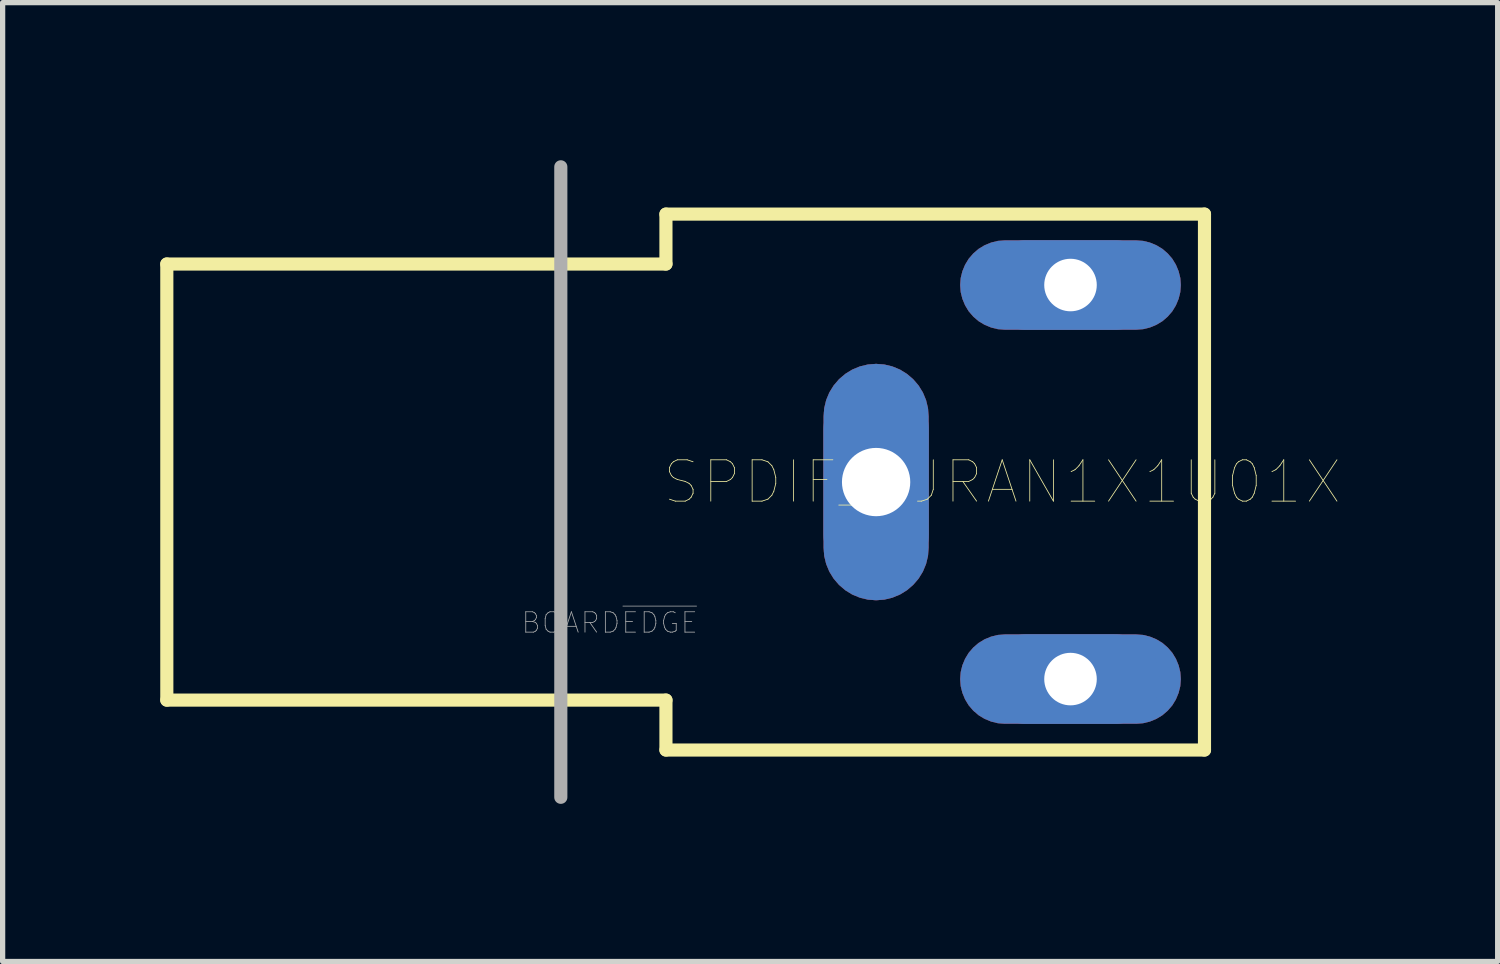
<source format=kicad_pcb>
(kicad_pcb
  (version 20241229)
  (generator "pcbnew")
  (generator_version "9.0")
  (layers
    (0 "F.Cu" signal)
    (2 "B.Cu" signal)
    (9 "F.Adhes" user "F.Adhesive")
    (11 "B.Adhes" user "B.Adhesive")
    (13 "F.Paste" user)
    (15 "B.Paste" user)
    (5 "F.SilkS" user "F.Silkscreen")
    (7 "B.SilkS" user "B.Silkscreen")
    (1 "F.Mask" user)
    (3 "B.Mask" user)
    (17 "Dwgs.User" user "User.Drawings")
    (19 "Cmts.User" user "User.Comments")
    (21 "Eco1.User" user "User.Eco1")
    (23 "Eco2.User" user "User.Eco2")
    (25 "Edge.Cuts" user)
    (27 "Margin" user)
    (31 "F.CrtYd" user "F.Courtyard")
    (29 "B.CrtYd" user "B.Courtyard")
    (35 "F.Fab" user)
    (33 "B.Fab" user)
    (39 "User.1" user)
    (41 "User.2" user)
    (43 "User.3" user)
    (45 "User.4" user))
  (footprint "SPDIF_PJRAN1X1U01X"
    (layer "F.Cu")
    (at 16.025 6.125)
    (property "Reference" "SPDIF_PJRAN1X1U01X" (at 0 0 0) (layer "F.SilkS") (effects (font (size 0.787 0.787) (thickness 0.015))))
    (attr through_hole)
    (fp_poly (pts (xy -1.401 -1.25) (xy -1.413 -1.406) (xy -1.45 -1.559) (xy -1.51 -1.704) (xy -1.592 -1.837) (xy -1.694 -1.956) (xy -1.813 -2.058) (xy -1.946 -2.14) (xy -2.091 -2.2) (xy -2.244 -2.237) (xy -2.4 -2.249) (xy -2.556 -2.237) (xy -2.709 -2.2) (xy -2.854 -2.14) (xy -2.987 -2.058) (xy -3.106 -1.956) (xy -3.208 -1.837) (xy -3.29 -1.704) (xy -3.35 -1.559) (xy -3.387 -1.406) (xy -3.399 -1.25) (xy -3.399 1.25) (xy -3.387 1.406) (xy -3.35 1.559) (xy -3.29 1.704) (xy -3.208 1.837) (xy -3.106 1.956) (xy -2.987 2.058) (xy -2.854 2.14) (xy -2.709 2.2) (xy -2.556 2.237) (xy -2.4 2.249) (xy -2.244 2.237) (xy -2.091 2.2) (xy -1.946 2.14) (xy -1.813 2.058) (xy -1.694 1.956) (xy -1.592 1.837) (xy -1.51 1.704) (xy -1.45 1.559) (xy -1.413 1.406) (xy -1.401 1.25)) (stroke (width 0.002) (type solid)) (fill yes) (layer "F.Cu"))
    (fp_poly (pts (xy 0.05 -4.599) (xy -0.083 -4.589) (xy -0.212 -4.557) (xy -0.335 -4.506) (xy -0.449 -4.437) (xy -0.55 -4.35) (xy -0.637 -4.249) (xy -0.706 -4.135) (xy -0.757 -4.012) (xy -0.789 -3.883) (xy -0.799 -3.75) (xy -0.789 -3.617) (xy -0.757 -3.488) (xy -0.706 -3.365) (xy -0.637 -3.251) (xy -0.55 -3.15) (xy -0.449 -3.063) (xy -0.335 -2.994) (xy -0.212 -2.943) (xy -0.083 -2.911) (xy 0.05 -2.901) (xy 2.55 -2.901) (xy 2.683 -2.911) (xy 2.812 -2.943) (xy 2.935 -2.994) (xy 3.049 -3.063) (xy 3.15 -3.15) (xy 3.237 -3.251) (xy 3.306 -3.365) (xy 3.357 -3.488) (xy 3.389 -3.617) (xy 3.399 -3.75) (xy 3.389 -3.883) (xy 3.357 -4.012) (xy 3.306 -4.135) (xy 3.237 -4.249) (xy 3.15 -4.35) (xy 3.049 -4.437) (xy 2.935 -4.506) (xy 2.812 -4.557) (xy 2.683 -4.589) (xy 2.55 -4.599)) (stroke (width 0.002) (type solid)) (fill yes) (layer "F.Cu"))
    (fp_poly (pts (xy 0.05 2.901) (xy -0.083 2.911) (xy -0.212 2.943) (xy -0.335 2.994) (xy -0.449 3.063) (xy -0.55 3.15) (xy -0.637 3.251) (xy -0.706 3.365) (xy -0.757 3.488) (xy -0.789 3.617) (xy -0.799 3.75) (xy -0.789 3.883) (xy -0.757 4.012) (xy -0.706 4.135) (xy -0.637 4.249) (xy -0.55 4.35) (xy -0.449 4.437) (xy -0.335 4.506) (xy -0.212 4.557) (xy -0.083 4.589) (xy 0.05 4.599) (xy 2.55 4.599) (xy 2.683 4.589) (xy 2.812 4.557) (xy 2.935 4.506) (xy 3.049 4.437) (xy 3.15 4.35) (xy 3.237 4.249) (xy 3.306 4.135) (xy 3.357 4.012) (xy 3.389 3.883) (xy 3.399 3.75) (xy 3.389 3.617) (xy 3.357 3.488) (xy 3.306 3.365) (xy 3.237 3.251) (xy 3.15 3.15) (xy 3.049 3.063) (xy 2.935 2.994) (xy 2.812 2.943) (xy 2.683 2.911) (xy 2.55 2.901)) (stroke (width 0.002) (type solid)) (fill yes) (layer "F.Cu"))
    (fp_poly (pts (xy -3.502 1.25) (xy -3.488 1.422) (xy -3.448 1.59) (xy -3.382 1.75) (xy -3.291 1.898) (xy -3.179 2.029) (xy -3.048 2.141) (xy -2.9 2.232) (xy -2.74 2.298) (xy -2.572 2.338) (xy -2.4 2.352) (xy -2.228 2.338) (xy -2.06 2.298) (xy -1.9 2.232) (xy -1.752 2.141) (xy -1.621 2.029) (xy -1.509 1.898) (xy -1.418 1.75) (xy -1.352 1.59) (xy -1.312 1.422) (xy -1.298 1.25) (xy -1.298 -1.25) (xy -1.312 -1.422) (xy -1.352 -1.59) (xy -1.418 -1.75) (xy -1.509 -1.898) (xy -1.621 -2.029) (xy -1.752 -2.141) (xy -1.9 -2.232) (xy -2.06 -2.298) (xy -2.228 -2.338) (xy -2.4 -2.352) (xy -2.572 -2.338) (xy -2.74 -2.298) (xy -2.9 -2.232) (xy -3.048 -2.141) (xy -3.179 -2.029) (xy -3.291 -1.898) (xy -3.382 -1.75) (xy -3.448 -1.59) (xy -3.488 -1.422) (xy -3.502 -1.25)) (stroke (width 0.002) (type solid)) (fill yes) (layer "F.Mask"))
    (fp_poly (pts (xy 0.05 -4.702) (xy -0.099 -4.69) (xy -0.244 -4.655) (xy -0.382 -4.598) (xy -0.509 -4.52) (xy -0.623 -4.423) (xy -0.72 -4.309) (xy -0.798 -4.182) (xy -0.855 -4.044) (xy -0.89 -3.899) (xy -0.902 -3.75) (xy -0.89 -3.601) (xy -0.855 -3.456) (xy -0.798 -3.318) (xy -0.72 -3.191) (xy -0.623 -3.077) (xy -0.509 -2.98) (xy -0.382 -2.902) (xy -0.244 -2.845) (xy -0.099 -2.81) (xy 0.05 -2.798) (xy 2.55 -2.798) (xy 2.699 -2.81) (xy 2.844 -2.845) (xy 2.982 -2.902) (xy 3.109 -2.98) (xy 3.223 -3.077) (xy 3.32 -3.191) (xy 3.398 -3.318) (xy 3.455 -3.456) (xy 3.49 -3.601) (xy 3.502 -3.75) (xy 3.49 -3.899) (xy 3.455 -4.044) (xy 3.398 -4.182) (xy 3.32 -4.309) (xy 3.223 -4.423) (xy 3.109 -4.52) (xy 2.982 -4.598) (xy 2.844 -4.655) (xy 2.699 -4.69) (xy 2.55 -4.702)) (stroke (width 0.002) (type solid)) (fill yes) (layer "F.Mask"))
    (fp_poly (pts (xy 0.05 2.798) (xy -0.099 2.81) (xy -0.244 2.845) (xy -0.382 2.902) (xy -0.509 2.98) (xy -0.623 3.077) (xy -0.72 3.191) (xy -0.798 3.318) (xy -0.855 3.456) (xy -0.89 3.601) (xy -0.902 3.75) (xy -0.89 3.899) (xy -0.855 4.044) (xy -0.798 4.182) (xy -0.72 4.309) (xy -0.623 4.423) (xy -0.509 4.52) (xy -0.382 4.598) (xy -0.244 4.655) (xy -0.099 4.69) (xy 0.05 4.702) (xy 2.55 4.702) (xy 2.699 4.69) (xy 2.844 4.655) (xy 2.982 4.598) (xy 3.109 4.52) (xy 3.223 4.423) (xy 3.32 4.309) (xy 3.398 4.182) (xy 3.455 4.044) (xy 3.49 3.899) (xy 3.502 3.75) (xy 3.49 3.601) (xy 3.455 3.456) (xy 3.398 3.318) (xy 3.32 3.191) (xy 3.223 3.077) (xy 3.109 2.98) (xy 2.982 2.902) (xy 2.844 2.845) (xy 2.699 2.81) (xy 2.55 2.798)) (stroke (width 0.002) (type solid)) (fill yes) (layer "F.Mask"))
    (fp_poly (pts (xy -1.401 -1.25) (xy -1.413 -1.406) (xy -1.45 -1.559) (xy -1.51 -1.704) (xy -1.592 -1.837) (xy -1.694 -1.956) (xy -1.813 -2.058) (xy -1.946 -2.14) (xy -2.091 -2.2) (xy -2.244 -2.237) (xy -2.4 -2.249) (xy -2.556 -2.237) (xy -2.709 -2.2) (xy -2.854 -2.14) (xy -2.987 -2.058) (xy -3.106 -1.956) (xy -3.208 -1.837) (xy -3.29 -1.704) (xy -3.35 -1.559) (xy -3.387 -1.406) (xy -3.399 -1.25) (xy -3.399 1.25) (xy -3.387 1.406) (xy -3.35 1.559) (xy -3.29 1.704) (xy -3.208 1.837) (xy -3.106 1.956) (xy -2.987 2.058) (xy -2.854 2.14) (xy -2.709 2.2) (xy -2.556 2.237) (xy -2.4 2.249) (xy -2.244 2.237) (xy -2.091 2.2) (xy -1.946 2.14) (xy -1.813 2.058) (xy -1.694 1.956) (xy -1.592 1.837) (xy -1.51 1.704) (xy -1.45 1.559) (xy -1.413 1.406) (xy -1.401 1.25)) (stroke (width 0.002) (type solid)) (fill yes) (layer "B.Cu"))
    (fp_poly (pts (xy 0.05 -4.599) (xy -0.083 -4.589) (xy -0.212 -4.557) (xy -0.335 -4.506) (xy -0.449 -4.437) (xy -0.55 -4.35) (xy -0.637 -4.249) (xy -0.706 -4.135) (xy -0.757 -4.012) (xy -0.789 -3.883) (xy -0.799 -3.75) (xy -0.789 -3.617) (xy -0.757 -3.488) (xy -0.706 -3.365) (xy -0.637 -3.251) (xy -0.55 -3.15) (xy -0.449 -3.063) (xy -0.335 -2.994) (xy -0.212 -2.943) (xy -0.083 -2.911) (xy 0.05 -2.901) (xy 2.55 -2.901) (xy 2.683 -2.911) (xy 2.812 -2.943) (xy 2.935 -2.994) (xy 3.049 -3.063) (xy 3.15 -3.15) (xy 3.237 -3.251) (xy 3.306 -3.365) (xy 3.357 -3.488) (xy 3.389 -3.617) (xy 3.399 -3.75) (xy 3.389 -3.883) (xy 3.357 -4.012) (xy 3.306 -4.135) (xy 3.237 -4.249) (xy 3.15 -4.35) (xy 3.049 -4.437) (xy 2.935 -4.506) (xy 2.812 -4.557) (xy 2.683 -4.589) (xy 2.55 -4.599)) (stroke (width 0.002) (type solid)) (fill yes) (layer "B.Cu"))
    (fp_poly (pts (xy 0.05 2.901) (xy -0.083 2.911) (xy -0.212 2.943) (xy -0.335 2.994) (xy -0.449 3.063) (xy -0.55 3.15) (xy -0.637 3.251) (xy -0.706 3.365) (xy -0.757 3.488) (xy -0.789 3.617) (xy -0.799 3.75) (xy -0.789 3.883) (xy -0.757 4.012) (xy -0.706 4.135) (xy -0.637 4.249) (xy -0.55 4.35) (xy -0.449 4.437) (xy -0.335 4.506) (xy -0.212 4.557) (xy -0.083 4.589) (xy 0.05 4.599) (xy 2.55 4.599) (xy 2.683 4.589) (xy 2.812 4.557) (xy 2.935 4.506) (xy 3.049 4.437) (xy 3.15 4.35) (xy 3.237 4.249) (xy 3.306 4.135) (xy 3.357 4.012) (xy 3.389 3.883) (xy 3.399 3.75) (xy 3.389 3.617) (xy 3.357 3.488) (xy 3.306 3.365) (xy 3.237 3.251) (xy 3.15 3.15) (xy 3.049 3.063) (xy 2.935 2.994) (xy 2.812 2.943) (xy 2.683 2.911) (xy 2.55 2.901)) (stroke (width 0.002) (type solid)) (fill yes) (layer "B.Cu"))
    (fp_poly (pts (xy -3.502 1.25) (xy -3.488 1.422) (xy -3.448 1.59) (xy -3.382 1.75) (xy -3.291 1.898) (xy -3.179 2.029) (xy -3.048 2.141) (xy -2.9 2.232) (xy -2.74 2.298) (xy -2.572 2.338) (xy -2.4 2.352) (xy -2.228 2.338) (xy -2.06 2.298) (xy -1.9 2.232) (xy -1.752 2.141) (xy -1.621 2.029) (xy -1.509 1.898) (xy -1.418 1.75) (xy -1.352 1.59) (xy -1.312 1.422) (xy -1.298 1.25) (xy -1.298 -1.25) (xy -1.312 -1.422) (xy -1.352 -1.59) (xy -1.418 -1.75) (xy -1.509 -1.898) (xy -1.621 -2.029) (xy -1.752 -2.141) (xy -1.9 -2.232) (xy -2.06 -2.298) (xy -2.228 -2.338) (xy -2.4 -2.352) (xy -2.572 -2.338) (xy -2.74 -2.298) (xy -2.9 -2.232) (xy -3.048 -2.141) (xy -3.179 -2.029) (xy -3.291 -1.898) (xy -3.382 -1.75) (xy -3.448 -1.59) (xy -3.488 -1.422) (xy -3.502 -1.25)) (stroke (width 0.002) (type solid)) (fill yes) (layer "B.Mask"))
    (fp_poly (pts (xy 0.05 -4.702) (xy -0.099 -4.69) (xy -0.244 -4.655) (xy -0.382 -4.598) (xy -0.509 -4.52) (xy -0.623 -4.423) (xy -0.72 -4.309) (xy -0.798 -4.182) (xy -0.855 -4.044) (xy -0.89 -3.899) (xy -0.902 -3.75) (xy -0.89 -3.601) (xy -0.855 -3.456) (xy -0.798 -3.318) (xy -0.72 -3.191) (xy -0.623 -3.077) (xy -0.509 -2.98) (xy -0.382 -2.902) (xy -0.244 -2.845) (xy -0.099 -2.81) (xy 0.05 -2.798) (xy 2.55 -2.798) (xy 2.699 -2.81) (xy 2.844 -2.845) (xy 2.982 -2.902) (xy 3.109 -2.98) (xy 3.223 -3.077) (xy 3.32 -3.191) (xy 3.398 -3.318) (xy 3.455 -3.456) (xy 3.49 -3.601) (xy 3.502 -3.75) (xy 3.49 -3.899) (xy 3.455 -4.044) (xy 3.398 -4.182) (xy 3.32 -4.309) (xy 3.223 -4.423) (xy 3.109 -4.52) (xy 2.982 -4.598) (xy 2.844 -4.655) (xy 2.699 -4.69) (xy 2.55 -4.702)) (stroke (width 0.002) (type solid)) (fill yes) (layer "B.Mask"))
    (fp_poly (pts (xy 0.05 2.798) (xy -0.099 2.81) (xy -0.244 2.845) (xy -0.382 2.902) (xy -0.509 2.98) (xy -0.623 3.077) (xy -0.72 3.191) (xy -0.798 3.318) (xy -0.855 3.456) (xy -0.89 3.601) (xy -0.902 3.75) (xy -0.89 3.899) (xy -0.855 4.044) (xy -0.798 4.182) (xy -0.72 4.309) (xy -0.623 4.423) (xy -0.509 4.52) (xy -0.382 4.598) (xy -0.244 4.655) (xy -0.099 4.69) (xy 0.05 4.702) (xy 2.55 4.702) (xy 2.699 4.69) (xy 2.844 4.655) (xy 2.982 4.598) (xy 3.109 4.52) (xy 3.223 4.423) (xy 3.32 4.309) (xy 3.398 4.182) (xy 3.455 4.044) (xy 3.49 3.899) (xy 3.502 3.75) (xy 3.49 3.601) (xy 3.455 3.456) (xy 3.398 3.318) (xy 3.32 3.191) (xy 3.223 3.077) (xy 3.109 2.98) (xy 2.982 2.902) (xy 2.844 2.845) (xy 2.699 2.81) (xy 2.55 2.798)) (stroke (width 0.002) (type solid)) (fill yes) (layer "B.Mask"))
    (fp_line (start -15.9 -4.15) (end -6.4 -4.15) (stroke (width 0.25) (type solid)) (layer "F.SilkS"))
    (fp_line (start -15.9 4.15) (end -15.9 -4.15) (stroke (width 0.25) (type solid)) (layer "F.SilkS"))
    (fp_line (start -6.4 -5.1) (end 3.85 -5.1) (stroke (width 0.25) (type solid)) (layer "F.SilkS"))
    (fp_line (start -6.4 -4.15) (end -6.4 -5.1) (stroke (width 0.25) (type solid)) (layer "F.SilkS"))
    (fp_line (start -6.4 4.15) (end -15.9 4.15) (stroke (width 0.25) (type solid)) (layer "F.SilkS"))
    (fp_line (start -6.4 5.1) (end -6.4 4.15) (stroke (width 0.25) (type solid)) (layer "F.SilkS"))
    (fp_line (start 3.85 -5.1) (end 3.85 5.1) (stroke (width 0.25) (type solid)) (layer "F.SilkS"))
    (fp_line (start 3.85 5.1) (end -6.4 5.1) (stroke (width 0.25) (type solid)) (layer "F.SilkS"))
    (fp_line (start -8.401 -6) (end -8.401 6) (stroke (width 0.25) (type solid)) (layer "F.Fab"))
    (fp_text user "BOARD~{EDGE}" (at -7.47 2.678 0) (layer "F.Fab") (effects (font (size 0.388 0.388) (thickness 0.015))))
    (pad "1" thru_hole oval (at -2.4 0) (size 2 4) (drill 1.3) (layers "*.Cu"))
    (pad "2" thru_hole oval (at 1.3 -3.75) (size 3.4 1.7) (drill 1) (layers "*.Cu"))
    (pad "3" thru_hole oval (at 1.3 3.75) (size 3.4 1.7) (drill 1) (layers "*.Cu")))
  (gr_rect
    (start -3 -3)
    (end 25.455 15.25)
    (stroke (width 0.1) (type default))
    (fill no)
    (layer "Edge.Cuts")))
</source>
